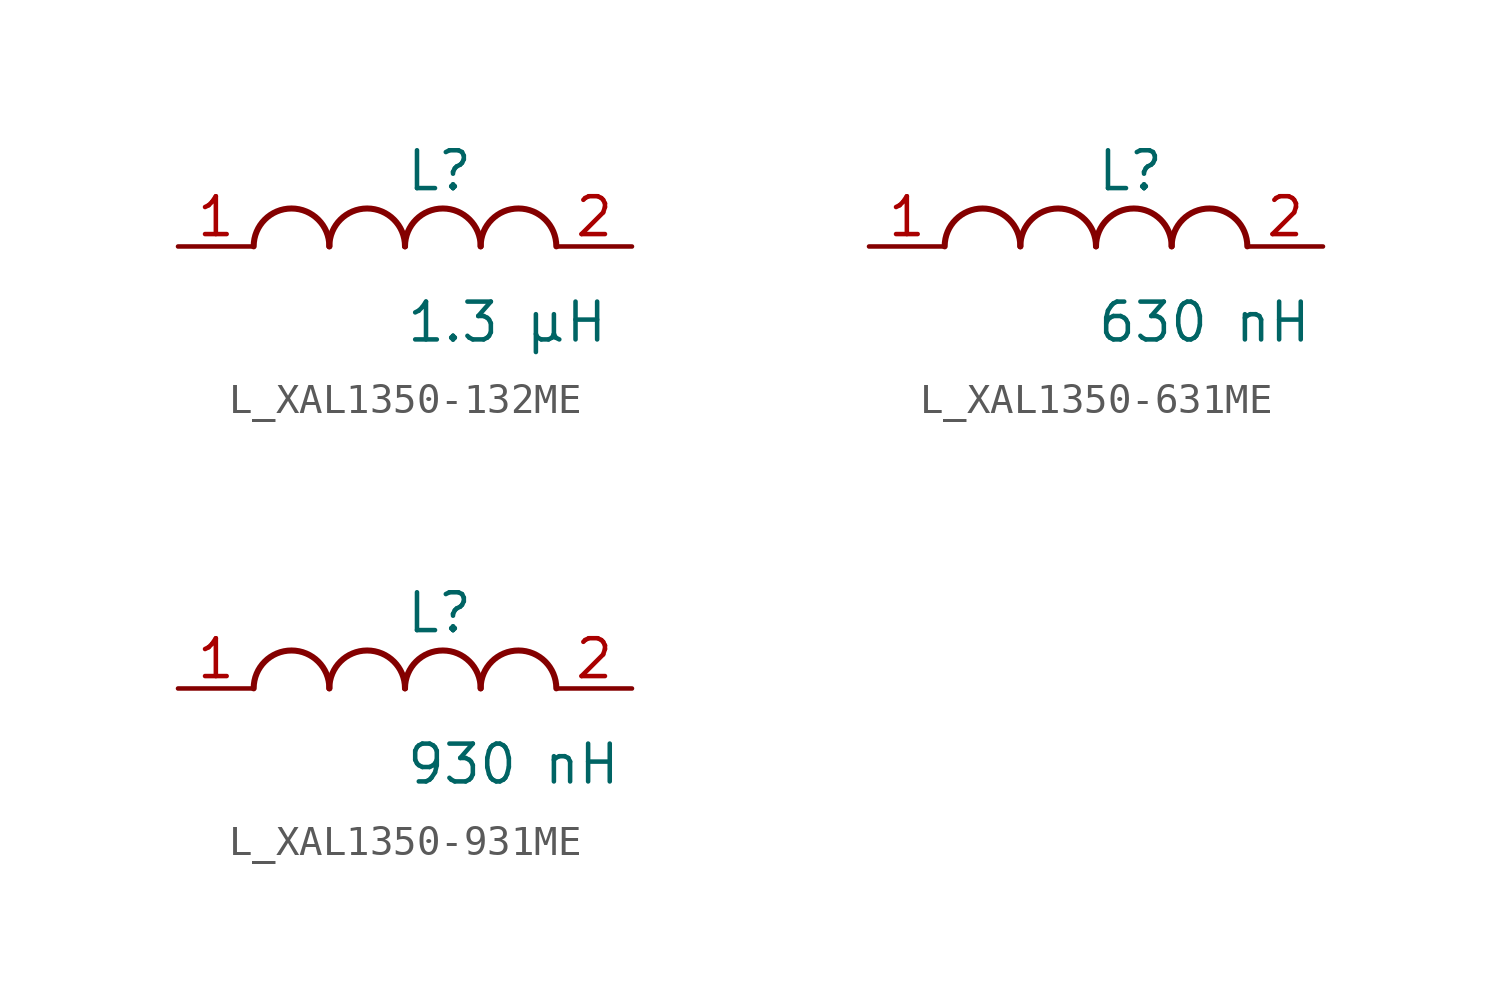
<source format=kicad_sym>
(kicad_symbol_lib
  (version 20231120)
  (generator kicad_symbol_editor)
  (generator_version 8.0)
  (symbol "L_XAL1350-132ME"
    (pin_names
      (offset 0.254))
    (property "Reference" "L"
      (at 0 2.54 0)
      (effects (font (size 1.27 1.27)) (justify left)))
    (property "Value" "1.3 µH"
      (at 0 -2.54 0)
      (effects (font (size 1.27 1.27)) (justify left)))
    (symbol "L_XAL1350-132ME_1_1"
      (arc (start -2.54 0.0056) (mid -3.81 1.27) (end -5.08 0.0056) (stroke (width 0.2032) (type default)) (fill (type none)))
      (arc (start 0 0.0056) (mid -1.27 1.27) (end -2.54 0.0056) (stroke (width 0.2032) (type default)) (fill (type none)))
      (arc (start 2.54 0.0056) (mid 1.27 1.27) (end 0 0.0056) (stroke (width 0.2032) (type default)) (fill (type none)))
      (arc (start 5.08 0.0056) (mid 3.81 1.27) (end 2.54 0.0056) (stroke (width 0.2032) (type default)) (fill (type none)))
      (pin unspecified line (at -7.62 0 0) (length 2.54) (name "" (effects (font (size 1.27 1.27)))) (number "1" (effects (font (size 1.27 1.27)))))
      (pin unspecified line (at 7.62 0 180) (length 2.54) (name "" (effects (font (size 1.27 1.27)))) (number "2" (effects (font (size 1.27 1.27)))))))
  (symbol "L_XAL1350-631ME"
    (pin_names
      (offset 0.254))
    (property "Reference" "L"
      (at 0 2.54 0)
      (effects (font (size 1.27 1.27)) (justify left)))
    (property "Value" "630 nH"
      (at 0 -2.54 0)
      (effects (font (size 1.27 1.27)) (justify left)))
    (symbol "L_XAL1350-631ME_1_1"
      (arc (start -2.54 0.0056) (mid -3.81 1.27) (end -5.08 0.0056) (stroke (width 0.2032) (type default)) (fill (type none)))
      (arc (start 0 0.0056) (mid -1.27 1.27) (end -2.54 0.0056) (stroke (width 0.2032) (type default)) (fill (type none)))
      (arc (start 2.54 0.0056) (mid 1.27 1.27) (end 0 0.0056) (stroke (width 0.2032) (type default)) (fill (type none)))
      (arc (start 5.08 0.0056) (mid 3.81 1.27) (end 2.54 0.0056) (stroke (width 0.2032) (type default)) (fill (type none)))
      (pin unspecified line (at -7.62 0 0) (length 2.54) (name "" (effects (font (size 1.27 1.27)))) (number "1" (effects (font (size 1.27 1.27)))))
      (pin unspecified line (at 7.62 0 180) (length 2.54) (name "" (effects (font (size 1.27 1.27)))) (number "2" (effects (font (size 1.27 1.27)))))))
  (symbol "L_XAL1350-931ME"
    (pin_names
      (offset 0.254))
    (property "Reference" "L"
      (at 0 2.54 0)
      (effects (font (size 1.27 1.27)) (justify left)))
    (property "Value" "930 nH"
      (at 0 -2.54 0)
      (effects (font (size 1.27 1.27)) (justify left)))
    (symbol "L_XAL1350-931ME_1_1"
      (arc (start -2.54 0.0056) (mid -3.81 1.27) (end -5.08 0.0056) (stroke (width 0.2032) (type default)) (fill (type none)))
      (arc (start 0 0.0056) (mid -1.27 1.27) (end -2.54 0.0056) (stroke (width 0.2032) (type default)) (fill (type none)))
      (arc (start 2.54 0.0056) (mid 1.27 1.27) (end 0 0.0056) (stroke (width 0.2032) (type default)) (fill (type none)))
      (arc (start 5.08 0.0056) (mid 3.81 1.27) (end 2.54 0.0056) (stroke (width 0.2032) (type default)) (fill (type none)))
      (pin unspecified line (at -7.62 0 0) (length 2.54) (name "" (effects (font (size 1.27 1.27)))) (number "1" (effects (font (size 1.27 1.27)))))
      (pin unspecified line (at 7.62 0 180) (length 2.54) (name "" (effects (font (size 1.27 1.27)))) (number "2" (effects (font (size 1.27 1.27))))))))
</source>
